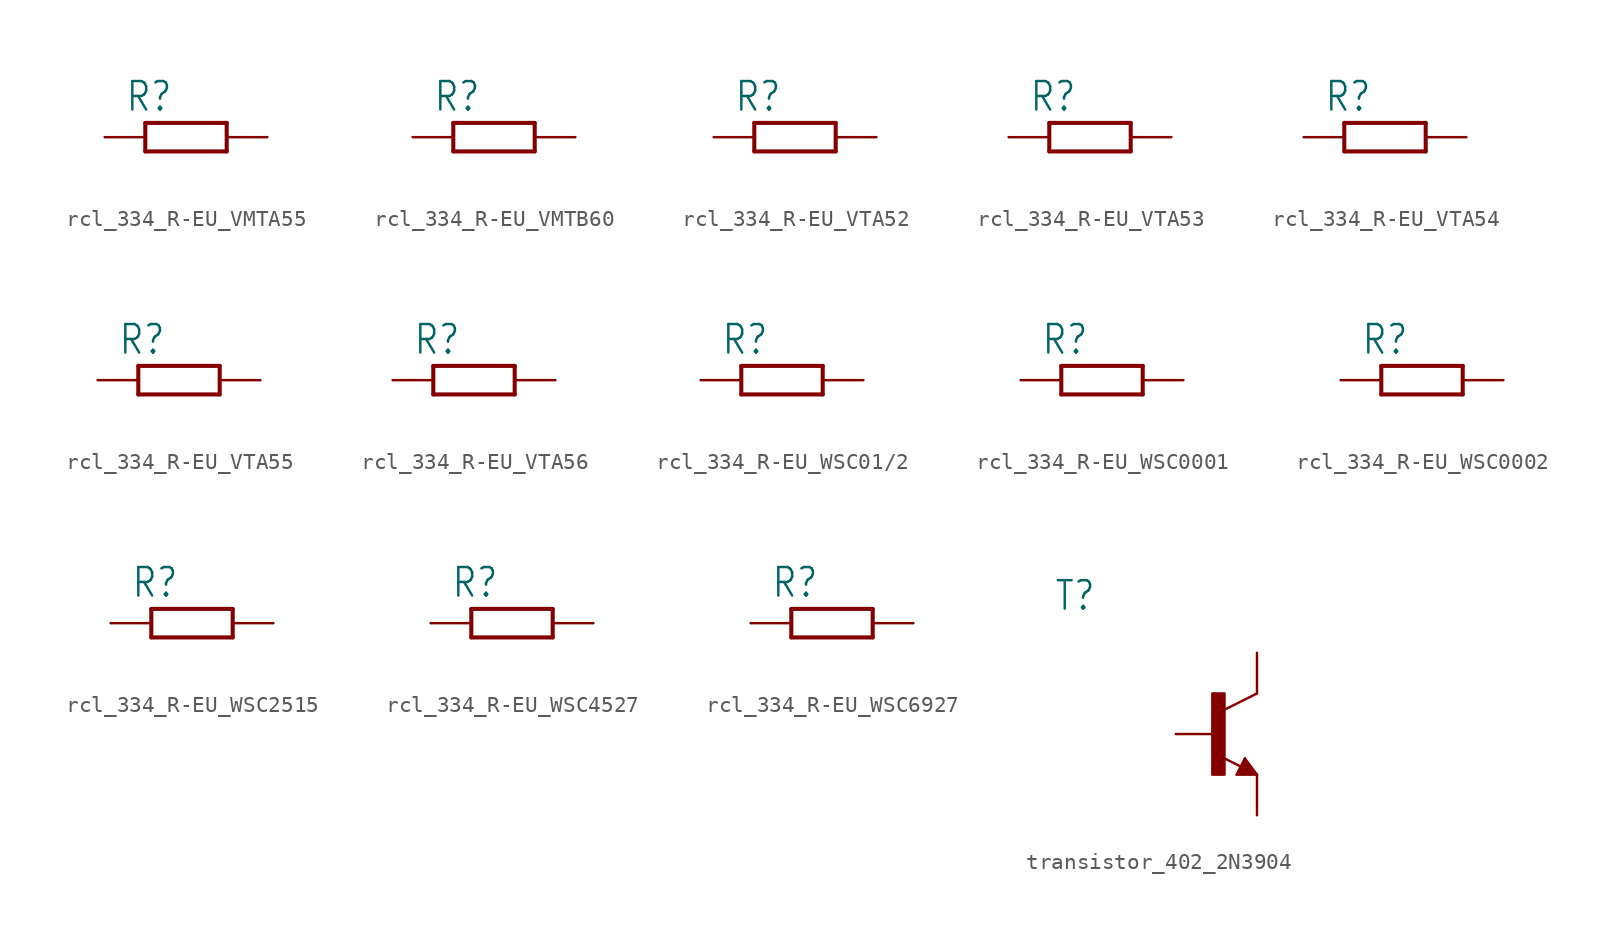
<source format=kicad_sym>
(kicad_symbol_lib
  (version 20241209)
  (generator "kicad_symbol_editor")
  (generator_version "9.0")
  (symbol "rcl_334_R-EU_VMTA55"
    (property "Reference" "R"
      (at -3.81 1.499 0)
      (effects (font (size 1.778 1.511)) (justify left bottom)))
    (property "Value" ""
      (at -3.81 -3.302 0)
      (effects (font (size 1.778 1.511)) (justify left bottom)))
    (property "ki_locked" ""
      (at 0 0 0)
      (effects (font (size 1.27 1.27))))
    (symbol "rcl_334_R-EU_VMTA55_1_0"
      (polyline (pts (xy -2.54 -0.889) (xy -2.54 0.889)) (stroke (width 0.254) (type solid)) (fill (type none)))
      (polyline (pts (xy -2.54 -0.889) (xy 2.54 -0.889)) (stroke (width 0.254) (type solid)) (fill (type none)))
      (polyline (pts (xy 2.54 0.889) (xy -2.54 0.889)) (stroke (width 0.254) (type solid)) (fill (type none)))
      (polyline (pts (xy 2.54 -0.889) (xy 2.54 0.889)) (stroke (width 0.254) (type solid)) (fill (type none)))
      (pin passive line (at -5.08 0 0) (length 2.54) (name "1" (effects (font (size 0 0)))) (number "1" (effects (font (size 0 0)))))
      (pin passive line (at 5.08 0 180) (length 2.54) (name "2" (effects (font (size 0 0)))) (number "2" (effects (font (size 0 0)))))))
  (symbol "rcl_334_R-EU_VMTB60"
    (property "Reference" "R"
      (at -3.81 1.499 0)
      (effects (font (size 1.778 1.511)) (justify left bottom)))
    (property "Value" ""
      (at -3.81 -3.302 0)
      (effects (font (size 1.778 1.511)) (justify left bottom)))
    (property "ki_locked" ""
      (at 0 0 0)
      (effects (font (size 1.27 1.27))))
    (symbol "rcl_334_R-EU_VMTB60_1_0"
      (polyline (pts (xy -2.54 -0.889) (xy -2.54 0.889)) (stroke (width 0.254) (type solid)) (fill (type none)))
      (polyline (pts (xy -2.54 -0.889) (xy 2.54 -0.889)) (stroke (width 0.254) (type solid)) (fill (type none)))
      (polyline (pts (xy 2.54 0.889) (xy -2.54 0.889)) (stroke (width 0.254) (type solid)) (fill (type none)))
      (polyline (pts (xy 2.54 -0.889) (xy 2.54 0.889)) (stroke (width 0.254) (type solid)) (fill (type none)))
      (pin passive line (at -5.08 0 0) (length 2.54) (name "1" (effects (font (size 0 0)))) (number "1" (effects (font (size 0 0)))))
      (pin passive line (at 5.08 0 180) (length 2.54) (name "2" (effects (font (size 0 0)))) (number "2" (effects (font (size 0 0)))))))
  (symbol "rcl_334_R-EU_VTA52"
    (property "Reference" "R"
      (at -3.81 1.499 0)
      (effects (font (size 1.778 1.511)) (justify left bottom)))
    (property "Value" ""
      (at -3.81 -3.302 0)
      (effects (font (size 1.778 1.511)) (justify left bottom)))
    (property "ki_locked" ""
      (at 0 0 0)
      (effects (font (size 1.27 1.27))))
    (symbol "rcl_334_R-EU_VTA52_1_0"
      (polyline (pts (xy -2.54 -0.889) (xy -2.54 0.889)) (stroke (width 0.254) (type solid)) (fill (type none)))
      (polyline (pts (xy -2.54 -0.889) (xy 2.54 -0.889)) (stroke (width 0.254) (type solid)) (fill (type none)))
      (polyline (pts (xy 2.54 0.889) (xy -2.54 0.889)) (stroke (width 0.254) (type solid)) (fill (type none)))
      (polyline (pts (xy 2.54 -0.889) (xy 2.54 0.889)) (stroke (width 0.254) (type solid)) (fill (type none)))
      (pin passive line (at -5.08 0 0) (length 2.54) (name "1" (effects (font (size 0 0)))) (number "1" (effects (font (size 0 0)))))
      (pin passive line (at 5.08 0 180) (length 2.54) (name "2" (effects (font (size 0 0)))) (number "2" (effects (font (size 0 0)))))))
  (symbol "rcl_334_R-EU_VTA53"
    (property "Reference" "R"
      (at -3.81 1.499 0)
      (effects (font (size 1.778 1.511)) (justify left bottom)))
    (property "Value" ""
      (at -3.81 -3.302 0)
      (effects (font (size 1.778 1.511)) (justify left bottom)))
    (property "ki_locked" ""
      (at 0 0 0)
      (effects (font (size 1.27 1.27))))
    (symbol "rcl_334_R-EU_VTA53_1_0"
      (polyline (pts (xy -2.54 -0.889) (xy -2.54 0.889)) (stroke (width 0.254) (type solid)) (fill (type none)))
      (polyline (pts (xy -2.54 -0.889) (xy 2.54 -0.889)) (stroke (width 0.254) (type solid)) (fill (type none)))
      (polyline (pts (xy 2.54 0.889) (xy -2.54 0.889)) (stroke (width 0.254) (type solid)) (fill (type none)))
      (polyline (pts (xy 2.54 -0.889) (xy 2.54 0.889)) (stroke (width 0.254) (type solid)) (fill (type none)))
      (pin passive line (at -5.08 0 0) (length 2.54) (name "1" (effects (font (size 0 0)))) (number "1" (effects (font (size 0 0)))))
      (pin passive line (at 5.08 0 180) (length 2.54) (name "2" (effects (font (size 0 0)))) (number "2" (effects (font (size 0 0)))))))
  (symbol "rcl_334_R-EU_VTA54"
    (property "Reference" "R"
      (at -3.81 1.499 0)
      (effects (font (size 1.778 1.511)) (justify left bottom)))
    (property "Value" ""
      (at -3.81 -3.302 0)
      (effects (font (size 1.778 1.511)) (justify left bottom)))
    (property "ki_locked" ""
      (at 0 0 0)
      (effects (font (size 1.27 1.27))))
    (symbol "rcl_334_R-EU_VTA54_1_0"
      (polyline (pts (xy -2.54 -0.889) (xy -2.54 0.889)) (stroke (width 0.254) (type solid)) (fill (type none)))
      (polyline (pts (xy -2.54 -0.889) (xy 2.54 -0.889)) (stroke (width 0.254) (type solid)) (fill (type none)))
      (polyline (pts (xy 2.54 0.889) (xy -2.54 0.889)) (stroke (width 0.254) (type solid)) (fill (type none)))
      (polyline (pts (xy 2.54 -0.889) (xy 2.54 0.889)) (stroke (width 0.254) (type solid)) (fill (type none)))
      (pin passive line (at -5.08 0 0) (length 2.54) (name "1" (effects (font (size 0 0)))) (number "1" (effects (font (size 0 0)))))
      (pin passive line (at 5.08 0 180) (length 2.54) (name "2" (effects (font (size 0 0)))) (number "2" (effects (font (size 0 0)))))))
  (symbol "rcl_334_R-EU_VTA55"
    (property "Reference" "R"
      (at -3.81 1.499 0)
      (effects (font (size 1.778 1.511)) (justify left bottom)))
    (property "Value" ""
      (at -3.81 -3.302 0)
      (effects (font (size 1.778 1.511)) (justify left bottom)))
    (property "ki_locked" ""
      (at 0 0 0)
      (effects (font (size 1.27 1.27))))
    (symbol "rcl_334_R-EU_VTA55_1_0"
      (polyline (pts (xy -2.54 -0.889) (xy -2.54 0.889)) (stroke (width 0.254) (type solid)) (fill (type none)))
      (polyline (pts (xy -2.54 -0.889) (xy 2.54 -0.889)) (stroke (width 0.254) (type solid)) (fill (type none)))
      (polyline (pts (xy 2.54 0.889) (xy -2.54 0.889)) (stroke (width 0.254) (type solid)) (fill (type none)))
      (polyline (pts (xy 2.54 -0.889) (xy 2.54 0.889)) (stroke (width 0.254) (type solid)) (fill (type none)))
      (pin passive line (at -5.08 0 0) (length 2.54) (name "1" (effects (font (size 0 0)))) (number "1" (effects (font (size 0 0)))))
      (pin passive line (at 5.08 0 180) (length 2.54) (name "2" (effects (font (size 0 0)))) (number "2" (effects (font (size 0 0)))))))
  (symbol "rcl_334_R-EU_VTA56"
    (property "Reference" "R"
      (at -3.81 1.499 0)
      (effects (font (size 1.778 1.511)) (justify left bottom)))
    (property "Value" ""
      (at -3.81 -3.302 0)
      (effects (font (size 1.778 1.511)) (justify left bottom)))
    (property "ki_locked" ""
      (at 0 0 0)
      (effects (font (size 1.27 1.27))))
    (symbol "rcl_334_R-EU_VTA56_1_0"
      (polyline (pts (xy -2.54 -0.889) (xy -2.54 0.889)) (stroke (width 0.254) (type solid)) (fill (type none)))
      (polyline (pts (xy -2.54 -0.889) (xy 2.54 -0.889)) (stroke (width 0.254) (type solid)) (fill (type none)))
      (polyline (pts (xy 2.54 0.889) (xy -2.54 0.889)) (stroke (width 0.254) (type solid)) (fill (type none)))
      (polyline (pts (xy 2.54 -0.889) (xy 2.54 0.889)) (stroke (width 0.254) (type solid)) (fill (type none)))
      (pin passive line (at -5.08 0 0) (length 2.54) (name "1" (effects (font (size 0 0)))) (number "1" (effects (font (size 0 0)))))
      (pin passive line (at 5.08 0 180) (length 2.54) (name "2" (effects (font (size 0 0)))) (number "2" (effects (font (size 0 0)))))))
  (symbol "rcl_334_R-EU_WSC01/2"
    (property "Reference" "R"
      (at -3.81 1.499 0)
      (effects (font (size 1.778 1.511)) (justify left bottom)))
    (property "Value" ""
      (at -3.81 -3.302 0)
      (effects (font (size 1.778 1.511)) (justify left bottom)))
    (property "ki_locked" ""
      (at 0 0 0)
      (effects (font (size 1.27 1.27))))
    (symbol "rcl_334_R-EU_WSC01/2_1_0"
      (polyline (pts (xy -2.54 -0.889) (xy -2.54 0.889)) (stroke (width 0.254) (type solid)) (fill (type none)))
      (polyline (pts (xy -2.54 -0.889) (xy 2.54 -0.889)) (stroke (width 0.254) (type solid)) (fill (type none)))
      (polyline (pts (xy 2.54 0.889) (xy -2.54 0.889)) (stroke (width 0.254) (type solid)) (fill (type none)))
      (polyline (pts (xy 2.54 -0.889) (xy 2.54 0.889)) (stroke (width 0.254) (type solid)) (fill (type none)))
      (pin passive line (at -5.08 0 0) (length 2.54) (name "1" (effects (font (size 0 0)))) (number "1" (effects (font (size 0 0)))))
      (pin passive line (at 5.08 0 180) (length 2.54) (name "2" (effects (font (size 0 0)))) (number "2" (effects (font (size 0 0)))))))
  (symbol "rcl_334_R-EU_WSC0001"
    (property "Reference" "R"
      (at -3.81 1.499 0)
      (effects (font (size 1.778 1.511)) (justify left bottom)))
    (property "Value" ""
      (at -3.81 -3.302 0)
      (effects (font (size 1.778 1.511)) (justify left bottom)))
    (property "ki_locked" ""
      (at 0 0 0)
      (effects (font (size 1.27 1.27))))
    (symbol "rcl_334_R-EU_WSC0001_1_0"
      (polyline (pts (xy -2.54 -0.889) (xy -2.54 0.889)) (stroke (width 0.254) (type solid)) (fill (type none)))
      (polyline (pts (xy -2.54 -0.889) (xy 2.54 -0.889)) (stroke (width 0.254) (type solid)) (fill (type none)))
      (polyline (pts (xy 2.54 0.889) (xy -2.54 0.889)) (stroke (width 0.254) (type solid)) (fill (type none)))
      (polyline (pts (xy 2.54 -0.889) (xy 2.54 0.889)) (stroke (width 0.254) (type solid)) (fill (type none)))
      (pin passive line (at -5.08 0 0) (length 2.54) (name "1" (effects (font (size 0 0)))) (number "1" (effects (font (size 0 0)))))
      (pin passive line (at 5.08 0 180) (length 2.54) (name "2" (effects (font (size 0 0)))) (number "2" (effects (font (size 0 0)))))))
  (symbol "rcl_334_R-EU_WSC0002"
    (property "Reference" "R"
      (at -3.81 1.499 0)
      (effects (font (size 1.778 1.511)) (justify left bottom)))
    (property "Value" ""
      (at -3.81 -3.302 0)
      (effects (font (size 1.778 1.511)) (justify left bottom)))
    (property "ki_locked" ""
      (at 0 0 0)
      (effects (font (size 1.27 1.27))))
    (symbol "rcl_334_R-EU_WSC0002_1_0"
      (polyline (pts (xy -2.54 -0.889) (xy -2.54 0.889)) (stroke (width 0.254) (type solid)) (fill (type none)))
      (polyline (pts (xy -2.54 -0.889) (xy 2.54 -0.889)) (stroke (width 0.254) (type solid)) (fill (type none)))
      (polyline (pts (xy 2.54 0.889) (xy -2.54 0.889)) (stroke (width 0.254) (type solid)) (fill (type none)))
      (polyline (pts (xy 2.54 -0.889) (xy 2.54 0.889)) (stroke (width 0.254) (type solid)) (fill (type none)))
      (pin passive line (at -5.08 0 0) (length 2.54) (name "1" (effects (font (size 0 0)))) (number "1" (effects (font (size 0 0)))))
      (pin passive line (at 5.08 0 180) (length 2.54) (name "2" (effects (font (size 0 0)))) (number "2" (effects (font (size 0 0)))))))
  (symbol "rcl_334_R-EU_WSC2515"
    (property "Reference" "R"
      (at -3.81 1.499 0)
      (effects (font (size 1.778 1.511)) (justify left bottom)))
    (property "Value" ""
      (at -3.81 -3.302 0)
      (effects (font (size 1.778 1.511)) (justify left bottom)))
    (property "ki_locked" ""
      (at 0 0 0)
      (effects (font (size 1.27 1.27))))
    (symbol "rcl_334_R-EU_WSC2515_1_0"
      (polyline (pts (xy -2.54 -0.889) (xy -2.54 0.889)) (stroke (width 0.254) (type solid)) (fill (type none)))
      (polyline (pts (xy -2.54 -0.889) (xy 2.54 -0.889)) (stroke (width 0.254) (type solid)) (fill (type none)))
      (polyline (pts (xy 2.54 0.889) (xy -2.54 0.889)) (stroke (width 0.254) (type solid)) (fill (type none)))
      (polyline (pts (xy 2.54 -0.889) (xy 2.54 0.889)) (stroke (width 0.254) (type solid)) (fill (type none)))
      (pin passive line (at -5.08 0 0) (length 2.54) (name "1" (effects (font (size 0 0)))) (number "1" (effects (font (size 0 0)))))
      (pin passive line (at 5.08 0 180) (length 2.54) (name "2" (effects (font (size 0 0)))) (number "2" (effects (font (size 0 0)))))))
  (symbol "rcl_334_R-EU_WSC4527"
    (property "Reference" "R"
      (at -3.81 1.499 0)
      (effects (font (size 1.778 1.511)) (justify left bottom)))
    (property "Value" ""
      (at -3.81 -3.302 0)
      (effects (font (size 1.778 1.511)) (justify left bottom)))
    (property "ki_locked" ""
      (at 0 0 0)
      (effects (font (size 1.27 1.27))))
    (symbol "rcl_334_R-EU_WSC4527_1_0"
      (polyline (pts (xy -2.54 -0.889) (xy -2.54 0.889)) (stroke (width 0.254) (type solid)) (fill (type none)))
      (polyline (pts (xy -2.54 -0.889) (xy 2.54 -0.889)) (stroke (width 0.254) (type solid)) (fill (type none)))
      (polyline (pts (xy 2.54 0.889) (xy -2.54 0.889)) (stroke (width 0.254) (type solid)) (fill (type none)))
      (polyline (pts (xy 2.54 -0.889) (xy 2.54 0.889)) (stroke (width 0.254) (type solid)) (fill (type none)))
      (pin passive line (at -5.08 0 0) (length 2.54) (name "1" (effects (font (size 0 0)))) (number "1" (effects (font (size 0 0)))))
      (pin passive line (at 5.08 0 180) (length 2.54) (name "2" (effects (font (size 0 0)))) (number "2" (effects (font (size 0 0)))))))
  (symbol "rcl_334_R-EU_WSC6927"
    (property "Reference" "R"
      (at -3.81 1.499 0)
      (effects (font (size 1.778 1.511)) (justify left bottom)))
    (property "Value" ""
      (at -3.81 -3.302 0)
      (effects (font (size 1.778 1.511)) (justify left bottom)))
    (property "ki_locked" ""
      (at 0 0 0)
      (effects (font (size 1.27 1.27))))
    (symbol "rcl_334_R-EU_WSC6927_1_0"
      (polyline (pts (xy -2.54 -0.889) (xy -2.54 0.889)) (stroke (width 0.254) (type solid)) (fill (type none)))
      (polyline (pts (xy -2.54 -0.889) (xy 2.54 -0.889)) (stroke (width 0.254) (type solid)) (fill (type none)))
      (polyline (pts (xy 2.54 0.889) (xy -2.54 0.889)) (stroke (width 0.254) (type solid)) (fill (type none)))
      (polyline (pts (xy 2.54 -0.889) (xy 2.54 0.889)) (stroke (width 0.254) (type solid)) (fill (type none)))
      (pin passive line (at -5.08 0 0) (length 2.54) (name "1" (effects (font (size 0 0)))) (number "1" (effects (font (size 0 0)))))
      (pin passive line (at 5.08 0 180) (length 2.54) (name "2" (effects (font (size 0 0)))) (number "2" (effects (font (size 0 0)))))))
  (symbol "transistor_402_2N3904"
    (property "Reference" "T"
      (at -10.16 7.62 0)
      (effects (font (size 1.778 1.511)) (justify left bottom)))
    (property "Value" ""
      (at -10.16 5.08 0)
      (effects (font (size 1.778 1.511)) (justify left bottom)))
    (property "ki_locked" ""
      (at 0 0 0)
      (effects (font (size 1.27 1.27))))
    (symbol "transistor_402_2N3904_1_0"
      (rectangle (start -0.254 -2.54) (end 0.508 2.54) (stroke (width 0) (type default)) (fill (type outline)))
      (polyline (pts (xy 1.27 -2.54) (xy 1.778 -1.524)) (stroke (width 0.152) (type solid)) (fill (type none)))
      (polyline (pts (xy 1.524 -2.286) (xy 1.905 -2.286)) (stroke (width 0.254) (type solid)) (fill (type none)))
      (polyline (pts (xy 1.524 -2.413) (xy 2.286 -2.413)) (stroke (width 0.254) (type solid)) (fill (type none)))
      (polyline (pts (xy 1.54 -2.04) (xy 0.308 -1.424)) (stroke (width 0.152) (type solid)) (fill (type none)))
      (polyline (pts (xy 1.778 -1.524) (xy 2.54 -2.54)) (stroke (width 0.152) (type solid)) (fill (type none)))
      (polyline (pts (xy 1.778 -1.778) (xy 1.524 -2.286)) (stroke (width 0.254) (type solid)) (fill (type none)))
      (polyline (pts (xy 1.905 -2.286) (xy 1.778 -2.032)) (stroke (width 0.254) (type solid)) (fill (type none)))
      (polyline (pts (xy 2.286 -2.413) (xy 1.778 -1.778)) (stroke (width 0.254) (type solid)) (fill (type none)))
      (polyline (pts (xy 2.54 2.54) (xy 0.508 1.524)) (stroke (width 0.152) (type solid)) (fill (type none)))
      (polyline (pts (xy 2.54 -2.54) (xy 1.27 -2.54)) (stroke (width 0.152) (type solid)) (fill (type none)))
      (pin passive line (at -2.54 0 0) (length 2.54) (name "B" (effects (font (size 0 0)))) (number "2" (effects (font (size 0 0)))))
      (pin passive line (at 2.54 5.08 270) (length 2.54) (name "C" (effects (font (size 0 0)))) (number "1" (effects (font (size 0 0)))))
      (pin passive line (at 2.54 -5.08 90) (length 2.54) (name "E" (effects (font (size 0 0)))) (number "3" (effects (font (size 0 0))))))))
</source>
